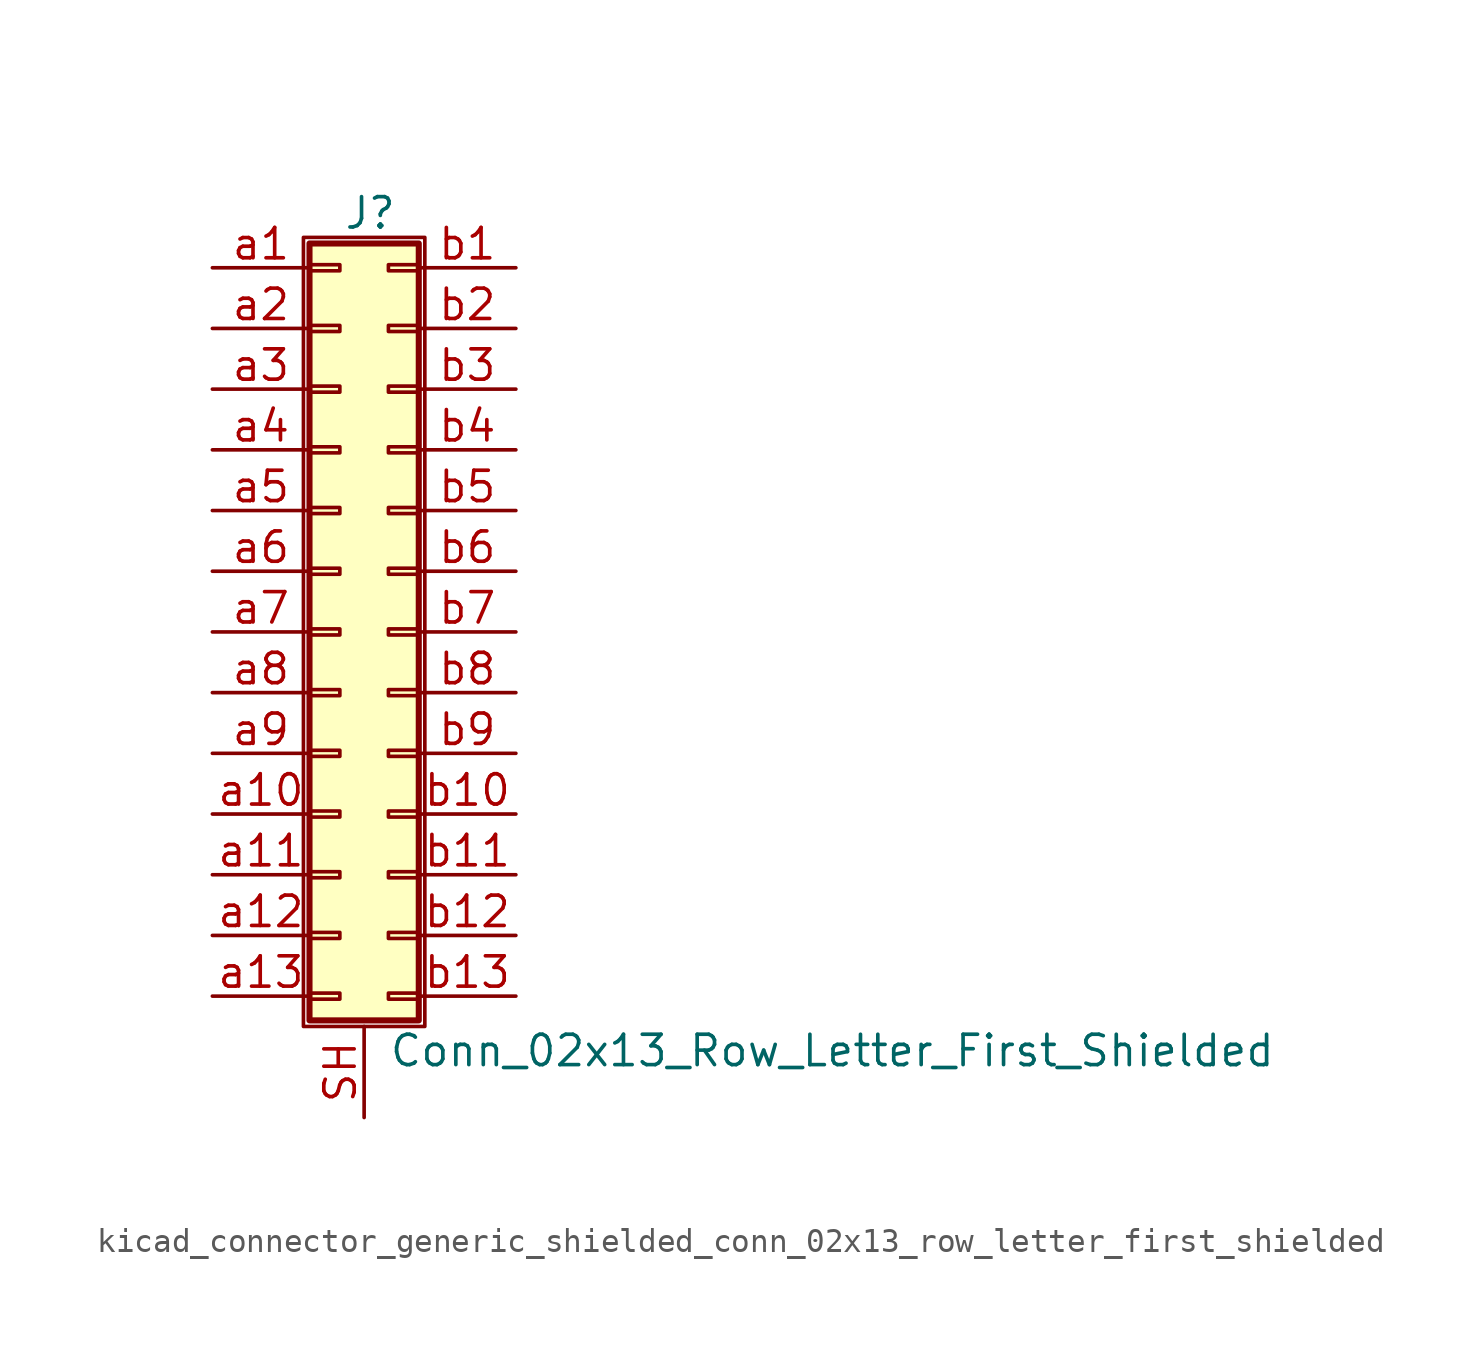
<source format=kicad_sym>
(kicad_symbol_lib
  (version 20220914)
  (generator kicad_symbol_editor)
  (symbol "kicad_connector_generic_shielded_conn_02x13_row_letter_first_shielded"
    (pin_names
      (offset 1.016) hide)
    (property "Reference" "J"
      (at 1.524 17.526 0)
      (effects (font (size 1.27 1.27))))
    (property "Value" "Conn_02x13_Row_Letter_First_Shielded"
      (at 2.286 -17.526 0)
      (effects (font (size 1.27 1.27)) (justify left)))
    (symbol "kicad_connector_generic_shielded_conn_02x13_row_letter_first_shielded_1_1"
      (rectangle (start -1.27 16.51) (end 3.81 -16.51) (stroke (width 0.152) (type default)) (fill (type none)))
      (rectangle (start -1.016 -15.113) (end 0.254 -15.367) (stroke (width 0.152) (type default)) (fill (type none)))
      (rectangle (start -1.016 -12.573) (end 0.254 -12.827) (stroke (width 0.152) (type default)) (fill (type none)))
      (rectangle (start -1.016 -10.033) (end 0.254 -10.287) (stroke (width 0.152) (type default)) (fill (type none)))
      (rectangle (start -1.016 -7.493) (end 0.254 -7.747) (stroke (width 0.152) (type default)) (fill (type none)))
      (rectangle (start -1.016 -4.953) (end 0.254 -5.207) (stroke (width 0.152) (type default)) (fill (type none)))
      (rectangle (start -1.016 -2.413) (end 0.254 -2.667) (stroke (width 0.152) (type default)) (fill (type none)))
      (rectangle (start -1.016 0.127) (end 0.254 -0.127) (stroke (width 0.152) (type default)) (fill (type none)))
      (rectangle (start -1.016 2.667) (end 0.254 2.413) (stroke (width 0.152) (type default)) (fill (type none)))
      (rectangle (start -1.016 5.207) (end 0.254 4.953) (stroke (width 0.152) (type default)) (fill (type none)))
      (rectangle (start -1.016 7.747) (end 0.254 7.493) (stroke (width 0.152) (type default)) (fill (type none)))
      (rectangle (start -1.016 10.287) (end 0.254 10.033) (stroke (width 0.152) (type default)) (fill (type none)))
      (rectangle (start -1.016 12.827) (end 0.254 12.573) (stroke (width 0.152) (type default)) (fill (type none)))
      (rectangle (start -1.016 15.367) (end 0.254 15.113) (stroke (width 0.152) (type default)) (fill (type none)))
      (rectangle (start -1.016 16.256) (end 3.556 -16.256) (stroke (width 0.254) (type default)) (fill (type background)))
      (rectangle (start 3.556 -15.113) (end 2.286 -15.367) (stroke (width 0.152) (type default)) (fill (type none)))
      (rectangle (start 3.556 -12.573) (end 2.286 -12.827) (stroke (width 0.152) (type default)) (fill (type none)))
      (rectangle (start 3.556 -10.033) (end 2.286 -10.287) (stroke (width 0.152) (type default)) (fill (type none)))
      (rectangle (start 3.556 -7.493) (end 2.286 -7.747) (stroke (width 0.152) (type default)) (fill (type none)))
      (rectangle (start 3.556 -4.953) (end 2.286 -5.207) (stroke (width 0.152) (type default)) (fill (type none)))
      (rectangle (start 3.556 -2.413) (end 2.286 -2.667) (stroke (width 0.152) (type default)) (fill (type none)))
      (rectangle (start 3.556 0.127) (end 2.286 -0.127) (stroke (width 0.152) (type default)) (fill (type none)))
      (rectangle (start 3.556 2.667) (end 2.286 2.413) (stroke (width 0.152) (type default)) (fill (type none)))
      (rectangle (start 3.556 5.207) (end 2.286 4.953) (stroke (width 0.152) (type default)) (fill (type none)))
      (rectangle (start 3.556 7.747) (end 2.286 7.493) (stroke (width 0.152) (type default)) (fill (type none)))
      (rectangle (start 3.556 10.287) (end 2.286 10.033) (stroke (width 0.152) (type default)) (fill (type none)))
      (rectangle (start 3.556 12.827) (end 2.286 12.573) (stroke (width 0.152) (type default)) (fill (type none)))
      (rectangle (start 3.556 15.367) (end 2.286 15.113) (stroke (width 0.152) (type default)) (fill (type none)))
      (pin passive line (at 1.27 -20.32 90) (length 3.81) (name "Shield" (effects (font (size 1.27 1.27)))) (number "SH" (effects (font (size 1.27 1.27)))))
      (pin passive line (at -5.08 15.24 0) (length 4.064) (name "Pin_a1" (effects (font (size 1.27 1.27)))) (number "a1" (effects (font (size 1.27 1.27)))))
      (pin passive line (at -5.08 -7.62 0) (length 4.064) (name "Pin_a10" (effects (font (size 1.27 1.27)))) (number "a10" (effects (font (size 1.27 1.27)))))
      (pin passive line (at -5.08 -10.16 0) (length 4.064) (name "Pin_a11" (effects (font (size 1.27 1.27)))) (number "a11" (effects (font (size 1.27 1.27)))))
      (pin passive line (at -5.08 -12.7 0) (length 4.064) (name "Pin_a12" (effects (font (size 1.27 1.27)))) (number "a12" (effects (font (size 1.27 1.27)))))
      (pin passive line (at -5.08 -15.24 0) (length 4.064) (name "Pin_a13" (effects (font (size 1.27 1.27)))) (number "a13" (effects (font (size 1.27 1.27)))))
      (pin passive line (at -5.08 12.7 0) (length 4.064) (name "Pin_a2" (effects (font (size 1.27 1.27)))) (number "a2" (effects (font (size 1.27 1.27)))))
      (pin passive line (at -5.08 10.16 0) (length 4.064) (name "Pin_a3" (effects (font (size 1.27 1.27)))) (number "a3" (effects (font (size 1.27 1.27)))))
      (pin passive line (at -5.08 7.62 0) (length 4.064) (name "Pin_a4" (effects (font (size 1.27 1.27)))) (number "a4" (effects (font (size 1.27 1.27)))))
      (pin passive line (at -5.08 5.08 0) (length 4.064) (name "Pin_a5" (effects (font (size 1.27 1.27)))) (number "a5" (effects (font (size 1.27 1.27)))))
      (pin passive line (at -5.08 2.54 0) (length 4.064) (name "Pin_a6" (effects (font (size 1.27 1.27)))) (number "a6" (effects (font (size 1.27 1.27)))))
      (pin passive line (at -5.08 0 0) (length 4.064) (name "Pin_a7" (effects (font (size 1.27 1.27)))) (number "a7" (effects (font (size 1.27 1.27)))))
      (pin passive line (at -5.08 -2.54 0) (length 4.064) (name "Pin_a8" (effects (font (size 1.27 1.27)))) (number "a8" (effects (font (size 1.27 1.27)))))
      (pin passive line (at -5.08 -5.08 0) (length 4.064) (name "Pin_a9" (effects (font (size 1.27 1.27)))) (number "a9" (effects (font (size 1.27 1.27)))))
      (pin passive line (at 7.62 15.24 180) (length 4.064) (name "Pin_b1" (effects (font (size 1.27 1.27)))) (number "b1" (effects (font (size 1.27 1.27)))))
      (pin passive line (at 7.62 -7.62 180) (length 4.064) (name "Pin_b10" (effects (font (size 1.27 1.27)))) (number "b10" (effects (font (size 1.27 1.27)))))
      (pin passive line (at 7.62 -10.16 180) (length 4.064) (name "Pin_b11" (effects (font (size 1.27 1.27)))) (number "b11" (effects (font (size 1.27 1.27)))))
      (pin passive line (at 7.62 -12.7 180) (length 4.064) (name "Pin_b12" (effects (font (size 1.27 1.27)))) (number "b12" (effects (font (size 1.27 1.27)))))
      (pin passive line (at 7.62 -15.24 180) (length 4.064) (name "Pin_b13" (effects (font (size 1.27 1.27)))) (number "b13" (effects (font (size 1.27 1.27)))))
      (pin passive line (at 7.62 12.7 180) (length 4.064) (name "Pin_b2" (effects (font (size 1.27 1.27)))) (number "b2" (effects (font (size 1.27 1.27)))))
      (pin passive line (at 7.62 10.16 180) (length 4.064) (name "Pin_b3" (effects (font (size 1.27 1.27)))) (number "b3" (effects (font (size 1.27 1.27)))))
      (pin passive line (at 7.62 7.62 180) (length 4.064) (name "Pin_b4" (effects (font (size 1.27 1.27)))) (number "b4" (effects (font (size 1.27 1.27)))))
      (pin passive line (at 7.62 5.08 180) (length 4.064) (name "Pin_b5" (effects (font (size 1.27 1.27)))) (number "b5" (effects (font (size 1.27 1.27)))))
      (pin passive line (at 7.62 2.54 180) (length 4.064) (name "Pin_b6" (effects (font (size 1.27 1.27)))) (number "b6" (effects (font (size 1.27 1.27)))))
      (pin passive line (at 7.62 0 180) (length 4.064) (name "Pin_b7" (effects (font (size 1.27 1.27)))) (number "b7" (effects (font (size 1.27 1.27)))))
      (pin passive line (at 7.62 -2.54 180) (length 4.064) (name "Pin_b8" (effects (font (size 1.27 1.27)))) (number "b8" (effects (font (size 1.27 1.27)))))
      (pin passive line (at 7.62 -5.08 180) (length 4.064) (name "Pin_b9" (effects (font (size 1.27 1.27)))) (number "b9" (effects (font (size 1.27 1.27))))))))
</source>
